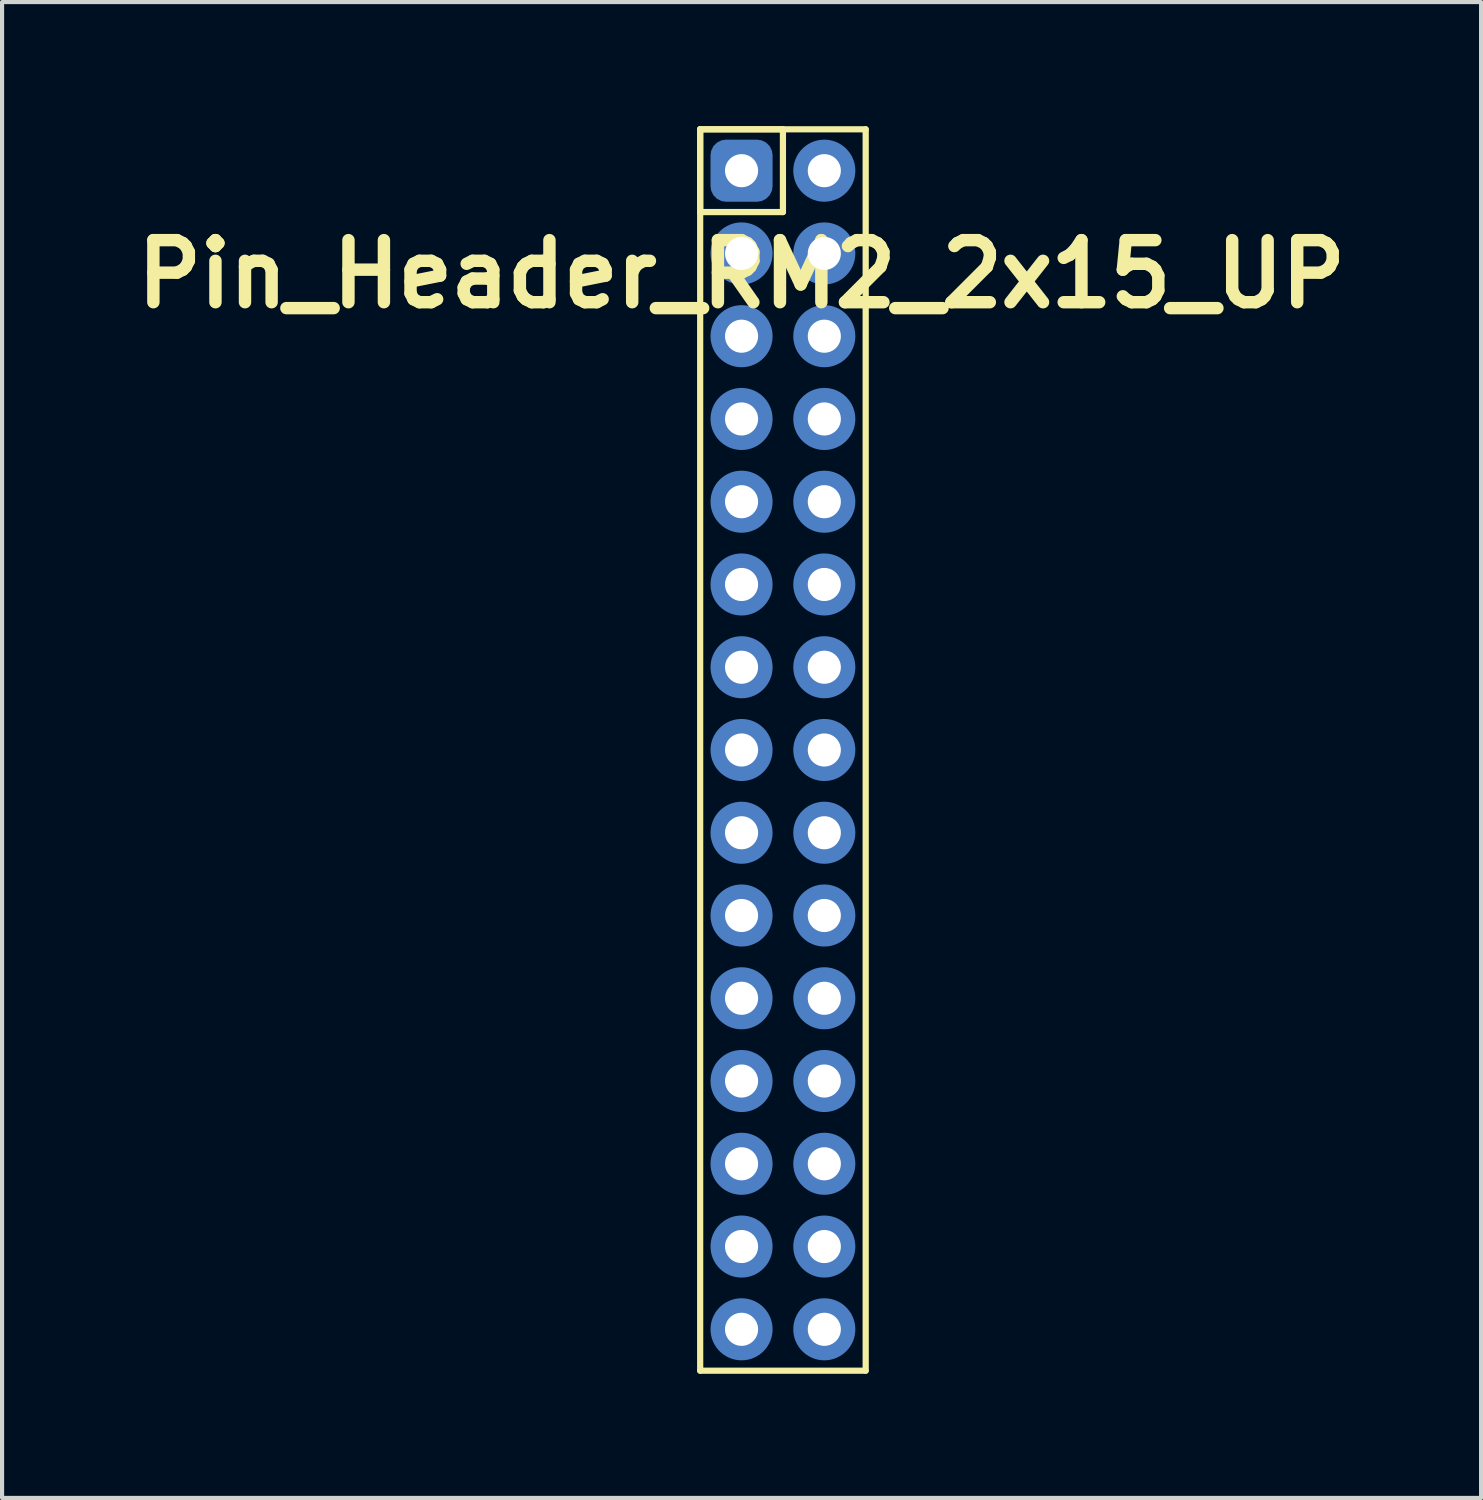
<source format=kicad_pcb>
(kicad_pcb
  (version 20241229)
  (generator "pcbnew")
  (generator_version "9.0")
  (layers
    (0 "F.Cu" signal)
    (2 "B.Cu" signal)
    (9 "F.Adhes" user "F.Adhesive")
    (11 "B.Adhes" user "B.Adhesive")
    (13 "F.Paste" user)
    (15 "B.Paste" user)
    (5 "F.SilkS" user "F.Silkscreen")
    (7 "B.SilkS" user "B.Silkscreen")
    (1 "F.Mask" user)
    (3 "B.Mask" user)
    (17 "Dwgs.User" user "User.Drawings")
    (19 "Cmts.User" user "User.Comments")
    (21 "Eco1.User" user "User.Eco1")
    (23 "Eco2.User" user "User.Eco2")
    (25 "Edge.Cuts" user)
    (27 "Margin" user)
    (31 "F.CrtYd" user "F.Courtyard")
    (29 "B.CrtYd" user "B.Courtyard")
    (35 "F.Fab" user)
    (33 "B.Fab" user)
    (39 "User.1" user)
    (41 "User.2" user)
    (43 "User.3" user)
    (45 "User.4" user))
  (footprint "Pin_Header_RM2_2x15_UP"
    (layer "F.Cu")
    (at 14.871 1.075)
    (property "Reference" "Pin_Header_RM2_2x15_UP" (at 0 2.5 0) (layer "F.SilkS") (effects (font (size 1.5 1.5) (thickness 0.3))))
    (attr through_hole)
    (fp_line (start -1 -1) (end 1 -1) (stroke (width 0.15) (type solid)) (layer "F.SilkS"))
    (fp_line (start -1 -1) (end 3 -1) (stroke (width 0.15) (type solid)) (layer "F.SilkS"))
    (fp_line (start -1 1) (end -1 -1) (stroke (width 0.15) (type solid)) (layer "F.SilkS"))
    (fp_line (start -1 29) (end -1 -1) (stroke (width 0.15) (type solid)) (layer "F.SilkS"))
    (fp_line (start 1 -1) (end 1 1) (stroke (width 0.15) (type solid)) (layer "F.SilkS"))
    (fp_line (start 1 1) (end -1 1) (stroke (width 0.15) (type solid)) (layer "F.SilkS"))
    (fp_line (start 3 -1) (end 3 29) (stroke (width 0.15) (type solid)) (layer "F.SilkS"))
    (fp_line (start 3 29) (end -1 29) (stroke (width 0.15) (type solid)) (layer "F.SilkS"))
    (pad "1" thru_hole circle (at 0 0) (size 1.1 1.1) (drill 0.8) (layers "*.Cu" "*.Mask"))
    (pad "1" smd roundrect (at 0 0) (size 1.25 1.25) (layers "F.Cu" "F.Mask") (roundrect_rratio 0.25))
    (pad "1" smd roundrect (at 0 0) (size 1.5 1.5) (layers "B.Cu" "B.Mask") (roundrect_rratio 0.25))
    (pad "2" thru_hole circle (at 2 0) (size 1.1 1.1) (drill 0.8) (layers "*.Cu" "*.Mask"))
    (pad "2" smd circle (at 2 0) (size 1.25 1.25) (layers "F.Cu" "F.Mask"))
    (pad "2" smd circle (at 2 0) (size 1.5 1.5) (layers "B.Cu" "B.Mask"))
    (pad "3" thru_hole circle (at 0 2) (size 1.1 1.1) (drill 0.8) (layers "*.Cu" "*.Mask"))
    (pad "3" smd circle (at 0 2) (size 1.25 1.25) (layers "F.Cu" "F.Mask"))
    (pad "3" smd circle (at 0 2) (size 1.5 1.5) (layers "B.Cu" "B.Mask"))
    (pad "4" thru_hole circle (at 2 2) (size 1.1 1.1) (drill 0.8) (layers "*.Cu" "*.Mask"))
    (pad "4" smd circle (at 2 2) (size 1.25 1.25) (layers "F.Cu" "F.Mask"))
    (pad "4" smd circle (at 2 2) (size 1.5 1.5) (layers "B.Cu" "B.Mask"))
    (pad "5" thru_hole circle (at 0 4) (size 1.1 1.1) (drill 0.8) (layers "*.Cu" "*.Mask"))
    (pad "5" smd circle (at 0 4) (size 1.25 1.25) (layers "F.Cu" "F.Mask"))
    (pad "5" smd circle (at 0 4) (size 1.5 1.5) (layers "B.Cu" "B.Mask"))
    (pad "6" thru_hole circle (at 2 4) (size 1.1 1.1) (drill 0.8) (layers "*.Cu" "*.Mask"))
    (pad "6" smd circle (at 2 4) (size 1.25 1.25) (layers "F.Cu" "F.Mask"))
    (pad "6" smd circle (at 2 4) (size 1.5 1.5) (layers "B.Cu" "B.Mask"))
    (pad "7" thru_hole circle (at 0 6) (size 1.1 1.1) (drill 0.8) (layers "*.Cu" "*.Mask"))
    (pad "7" smd circle (at 0 6) (size 1.25 1.25) (layers "F.Cu" "F.Mask"))
    (pad "7" smd circle (at 0 6) (size 1.5 1.5) (layers "B.Cu" "B.Mask"))
    (pad "8" thru_hole circle (at 2 6) (size 1.1 1.1) (drill 0.8) (layers "*.Cu" "*.Mask"))
    (pad "8" smd circle (at 2 6) (size 1.25 1.25) (layers "F.Cu" "F.Mask"))
    (pad "8" smd circle (at 2 6) (size 1.5 1.5) (layers "B.Cu" "B.Mask"))
    (pad "9" thru_hole circle (at 0 8) (size 1.1 1.1) (drill 0.8) (layers "*.Cu" "*.Mask"))
    (pad "9" smd circle (at 0 8) (size 1.25 1.25) (layers "F.Cu" "F.Mask"))
    (pad "9" smd circle (at 0 8) (size 1.5 1.5) (layers "B.Cu" "B.Mask"))
    (pad "10" thru_hole circle (at 2 8) (size 1.1 1.1) (drill 0.8) (layers "*.Cu" "*.Mask"))
    (pad "10" smd circle (at 2 8) (size 1.25 1.25) (layers "F.Cu" "F.Mask"))
    (pad "10" smd circle (at 2 8) (size 1.5 1.5) (layers "B.Cu" "B.Mask"))
    (pad "11" thru_hole circle (at 0 10) (size 1.1 1.1) (drill 0.8) (layers "*.Cu" "*.Mask"))
    (pad "11" smd circle (at 0 10) (size 1.25 1.25) (layers "F.Cu" "F.Mask"))
    (pad "11" smd circle (at 0 10) (size 1.5 1.5) (layers "B.Cu" "B.Mask"))
    (pad "12" thru_hole circle (at 2 10) (size 1.1 1.1) (drill 0.8) (layers "*.Cu" "*.Mask"))
    (pad "12" smd circle (at 2 10) (size 1.25 1.25) (layers "F.Cu" "F.Mask"))
    (pad "12" smd circle (at 2 10) (size 1.5 1.5) (layers "B.Cu" "B.Mask"))
    (pad "13" thru_hole circle (at 0 12) (size 1.1 1.1) (drill 0.8) (layers "*.Cu" "*.Mask"))
    (pad "13" smd circle (at 0 12) (size 1.25 1.25) (layers "F.Cu" "F.Mask"))
    (pad "13" smd circle (at 0 12) (size 1.5 1.5) (layers "B.Cu" "B.Mask"))
    (pad "14" thru_hole circle (at 2 12) (size 1.1 1.1) (drill 0.8) (layers "*.Cu" "*.Mask"))
    (pad "14" smd circle (at 2 12) (size 1.25 1.25) (layers "F.Cu" "F.Mask"))
    (pad "14" smd circle (at 2 12) (size 1.5 1.5) (layers "B.Cu" "B.Mask"))
    (pad "15" thru_hole circle (at 0 14) (size 1.1 1.1) (drill 0.8) (layers "*.Cu" "*.Mask"))
    (pad "15" smd circle (at 0 14) (size 1.25 1.25) (layers "F.Cu" "F.Mask"))
    (pad "15" smd circle (at 0 14) (size 1.5 1.5) (layers "B.Cu" "B.Mask"))
    (pad "16" thru_hole circle (at 2 14) (size 1.1 1.1) (drill 0.8) (layers "*.Cu" "*.Mask"))
    (pad "16" smd circle (at 2 14) (size 1.25 1.25) (layers "F.Cu" "F.Mask"))
    (pad "16" smd circle (at 2 14) (size 1.5 1.5) (layers "B.Cu" "B.Mask"))
    (pad "17" thru_hole circle (at 0 16) (size 1.1 1.1) (drill 0.8) (layers "*.Cu" "*.Mask"))
    (pad "17" smd circle (at 0 16) (size 1.25 1.25) (layers "F.Cu" "F.Mask"))
    (pad "17" smd circle (at 0 16) (size 1.5 1.5) (layers "B.Cu" "B.Mask"))
    (pad "18" thru_hole circle (at 2 16) (size 1.1 1.1) (drill 0.8) (layers "*.Cu" "*.Mask"))
    (pad "18" smd circle (at 2 16) (size 1.25 1.25) (layers "F.Cu" "F.Mask"))
    (pad "18" smd circle (at 2 16) (size 1.5 1.5) (layers "B.Cu" "B.Mask"))
    (pad "19" thru_hole circle (at 0 18) (size 1.1 1.1) (drill 0.8) (layers "*.Cu" "*.Mask"))
    (pad "19" smd circle (at 0 18) (size 1.25 1.25) (layers "F.Cu" "F.Mask"))
    (pad "19" smd circle (at 0 18) (size 1.5 1.5) (layers "B.Cu" "B.Mask"))
    (pad "20" thru_hole circle (at 2 18) (size 1.1 1.1) (drill 0.8) (layers "*.Cu" "*.Mask"))
    (pad "20" smd circle (at 2 18) (size 1.25 1.25) (layers "F.Cu" "F.Mask"))
    (pad "20" smd circle (at 2 18) (size 1.5 1.5) (layers "B.Cu" "B.Mask"))
    (pad "21" thru_hole circle (at 0 20) (size 1.1 1.1) (drill 0.8) (layers "*.Cu" "*.Mask"))
    (pad "21" smd circle (at 0 20) (size 1.25 1.25) (layers "F.Cu" "F.Mask"))
    (pad "21" smd circle (at 0 20) (size 1.5 1.5) (layers "B.Cu" "B.Mask"))
    (pad "22" thru_hole circle (at 2 20) (size 1.1 1.1) (drill 0.8) (layers "*.Cu" "*.Mask"))
    (pad "22" smd circle (at 2 20) (size 1.25 1.25) (layers "F.Cu" "F.Mask"))
    (pad "22" smd circle (at 2 20) (size 1.5 1.5) (layers "B.Cu" "B.Mask"))
    (pad "23" thru_hole circle (at 0 22) (size 1.1 1.1) (drill 0.8) (layers "*.Cu" "*.Mask"))
    (pad "23" smd circle (at 0 22) (size 1.25 1.25) (layers "F.Cu" "F.Mask"))
    (pad "23" smd circle (at 0 22) (size 1.5 1.5) (layers "B.Cu" "B.Mask"))
    (pad "24" thru_hole circle (at 2 22) (size 1.1 1.1) (drill 0.8) (layers "*.Cu" "*.Mask"))
    (pad "24" smd circle (at 2 22) (size 1.25 1.25) (layers "F.Cu" "F.Mask"))
    (pad "24" smd circle (at 2 22) (size 1.5 1.5) (layers "B.Cu" "B.Mask"))
    (pad "25" thru_hole circle (at 0 24) (size 1.1 1.1) (drill 0.8) (layers "*.Cu" "*.Mask"))
    (pad "25" smd circle (at 0 24) (size 1.25 1.25) (layers "F.Cu" "F.Mask"))
    (pad "25" smd circle (at 0 24) (size 1.5 1.5) (layers "B.Cu" "B.Mask"))
    (pad "26" thru_hole circle (at 2 24) (size 1.1 1.1) (drill 0.8) (layers "*.Cu" "*.Mask"))
    (pad "26" smd circle (at 2 24) (size 1.25 1.25) (layers "F.Cu" "F.Mask"))
    (pad "26" smd circle (at 2 24) (size 1.5 1.5) (layers "B.Cu" "B.Mask"))
    (pad "27" thru_hole circle (at 0 26) (size 1.1 1.1) (drill 0.8) (layers "*.Cu" "*.Mask"))
    (pad "27" smd circle (at 0 26) (size 1.25 1.25) (layers "F.Cu" "F.Mask"))
    (pad "27" smd circle (at 0 26) (size 1.5 1.5) (layers "B.Cu" "B.Mask"))
    (pad "28" thru_hole circle (at 2 26) (size 1.1 1.1) (drill 0.8) (layers "*.Cu" "*.Mask"))
    (pad "28" smd circle (at 2 26) (size 1.25 1.25) (layers "F.Cu" "F.Mask"))
    (pad "28" smd circle (at 2 26) (size 1.5 1.5) (layers "B.Cu" "B.Mask"))
    (pad "29" thru_hole circle (at 0 28) (size 1.1 1.1) (drill 0.8) (layers "*.Cu" "*.Mask"))
    (pad "29" smd circle (at 0 28) (size 1.25 1.25) (layers "F.Cu" "F.Mask"))
    (pad "29" smd circle (at 0 28) (size 1.5 1.5) (layers "B.Cu" "B.Mask"))
    (pad "30" thru_hole circle (at 2 28) (size 1.1 1.1) (drill 0.8) (layers "*.Cu" "*.Mask"))
    (pad "30" smd circle (at 2 28) (size 1.25 1.25) (layers "F.Cu" "F.Mask"))
    (pad "30" smd circle (at 2 28) (size 1.5 1.5) (layers "B.Cu" "B.Mask")))
  (gr_rect
    (start -3 -3)
    (end 32.743 33.15)
    (stroke (width 0.1) (type default))
    (fill no)
    (layer "Edge.Cuts")))
</source>
